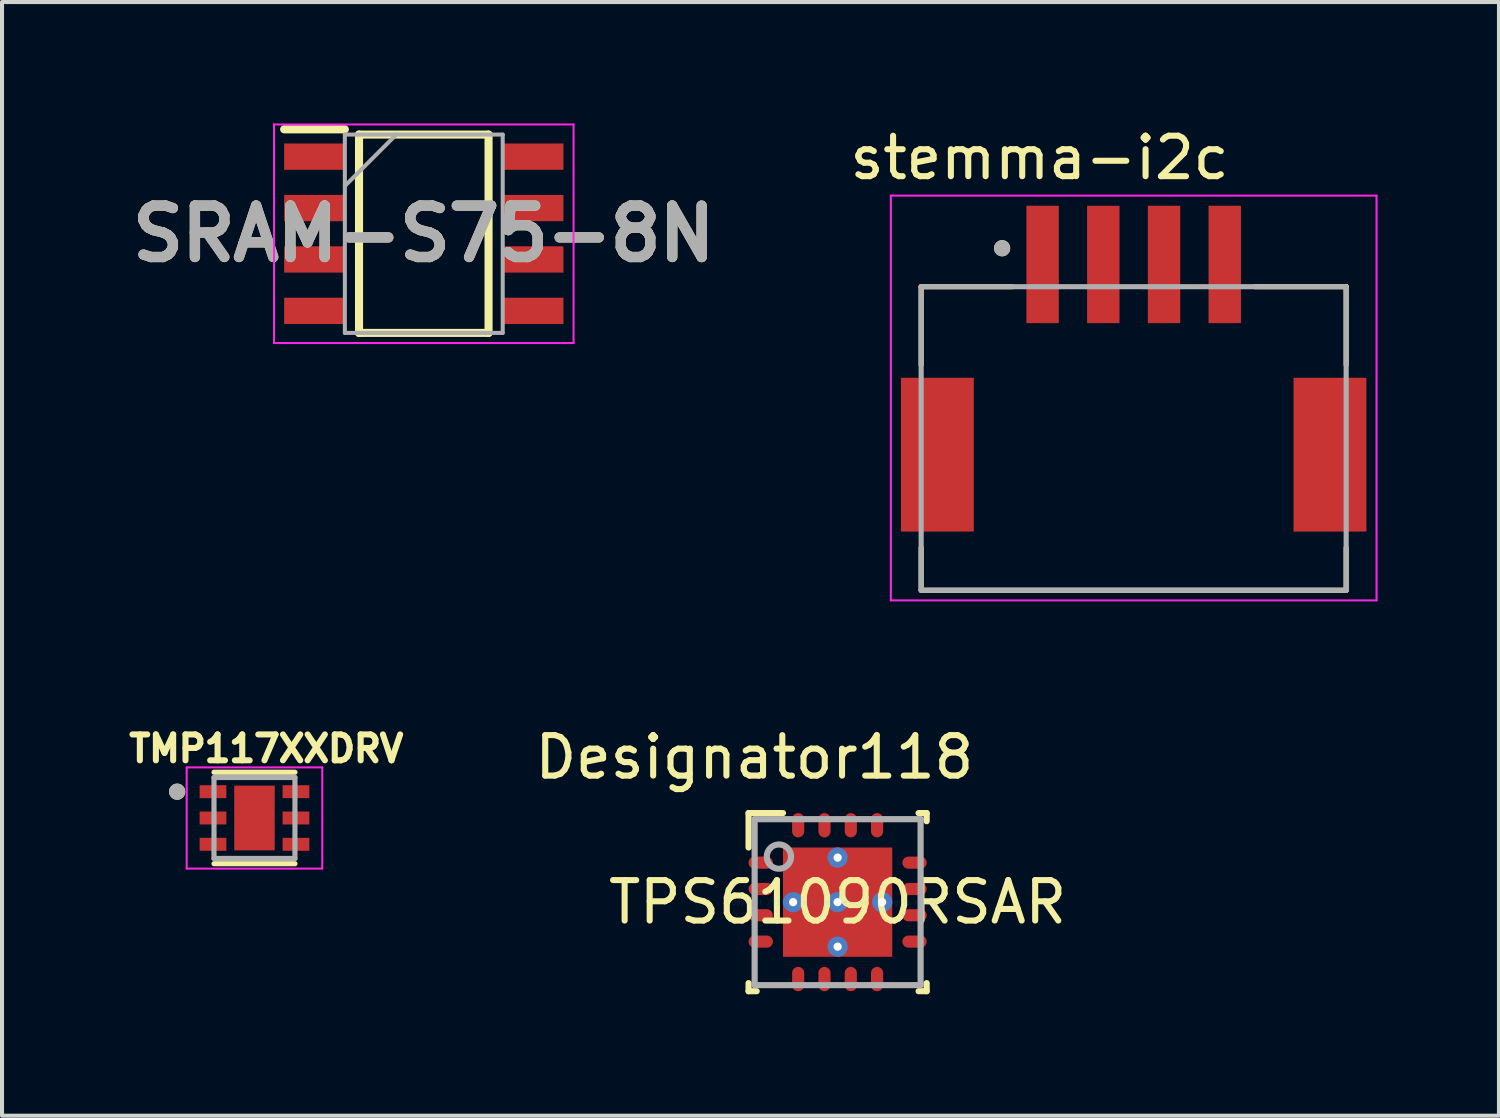
<source format=kicad_pcb>
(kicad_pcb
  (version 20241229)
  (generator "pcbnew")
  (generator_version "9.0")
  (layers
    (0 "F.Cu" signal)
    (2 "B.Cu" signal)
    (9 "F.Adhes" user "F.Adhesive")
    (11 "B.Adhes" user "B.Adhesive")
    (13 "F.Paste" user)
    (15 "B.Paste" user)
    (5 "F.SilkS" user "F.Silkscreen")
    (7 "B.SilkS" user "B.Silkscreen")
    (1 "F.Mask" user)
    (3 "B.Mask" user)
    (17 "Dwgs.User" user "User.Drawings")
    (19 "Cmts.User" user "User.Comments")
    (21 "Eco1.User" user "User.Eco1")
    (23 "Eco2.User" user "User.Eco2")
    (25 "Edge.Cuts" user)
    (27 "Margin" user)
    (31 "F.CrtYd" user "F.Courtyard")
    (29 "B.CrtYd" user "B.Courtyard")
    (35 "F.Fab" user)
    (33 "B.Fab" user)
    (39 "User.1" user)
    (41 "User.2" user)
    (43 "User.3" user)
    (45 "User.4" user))
  (footprint "TMP117XXDRV"
    (layer "F.Cu")
    (at 3.237 17.159)
    (property "Reference" "TMP117XXDRV" (at 0.292 -1.713 0) (layer "F.SilkS") (effects (font (size 0.64 0.64) (thickness 0.15))))
    (attr smd)
    (fp_line (start -1 -1.13) (end 1 -1.13) (stroke (width 0.127) (type solid)) (layer "F.SilkS"))
    (fp_line (start -1 1.13) (end 1 1.13) (stroke (width 0.127) (type solid)) (layer "F.SilkS"))
    (fp_circle (center -1.91 -0.65) (end -1.81 -0.65) (stroke (width 0.2) (type solid)) (fill no) (layer "F.SilkS"))
    (fp_poly (pts (xy -0.316 -0.506) (xy 0.316 -0.506) (xy 0.316 0.506) (xy -0.316 0.506)) (stroke (width 0.01) (type solid)) (fill yes) (layer "F.Paste"))
    (fp_line (start -1.675 -1.25) (end -1.675 1.25) (stroke (width 0.05) (type solid)) (layer "F.CrtYd"))
    (fp_line (start -1.675 -1.25) (end 1.675 -1.25) (stroke (width 0.05) (type solid)) (layer "F.CrtYd"))
    (fp_line (start -1.675 1.25) (end 1.675 1.25) (stroke (width 0.05) (type solid)) (layer "F.CrtYd"))
    (fp_line (start 1.675 -1.25) (end 1.675 1.25) (stroke (width 0.05) (type solid)) (layer "F.CrtYd"))
    (fp_line (start -1 -1) (end -1 1) (stroke (width 0.127) (type solid)) (layer "F.Fab"))
    (fp_line (start -1 -1) (end 1 -1) (stroke (width 0.127) (type solid)) (layer "F.Fab"))
    (fp_line (start -1 1) (end 1 1) (stroke (width 0.127) (type solid)) (layer "F.Fab"))
    (fp_line (start 1 -1) (end 1 1) (stroke (width 0.127) (type solid)) (layer "F.Fab"))
    (fp_circle (center -1.91 -0.65) (end -1.81 -0.65) (stroke (width 0.2) (type solid)) (fill no) (layer "F.Fab"))
    (pad "1" smd rect (at -1.025 -0.65) (size 0.66 0.32) (layers "F.Cu" "F.Mask" "F.Paste"))
    (pad "2" smd rect (at -1.025 0) (size 0.66 0.32) (layers "F.Cu" "F.Mask" "F.Paste"))
    (pad "3" smd rect (at -1.025 0.65) (size 0.66 0.32) (layers "F.Cu" "F.Mask" "F.Paste"))
    (pad "4" smd rect (at 1.025 0.65) (size 0.66 0.32) (layers "F.Cu" "F.Mask" "F.Paste"))
    (pad "5" smd rect (at 1.025 0) (size 0.66 0.32) (layers "F.Cu" "F.Mask" "F.Paste"))
    (pad "6" smd rect (at 1.025 -0.65) (size 0.66 0.32) (layers "F.Cu" "F.Mask" "F.Paste"))
    (pad "7" smd rect (at 0 0 90) (size 1.6 1) (layers "F.Cu" "F.Mask")))
  (footprint "stemma-i2c"
    (layer "F.Cu")
    (at 24.958 3.483)
    (property "Reference" "stemma-i2c" (at -2.325 -2.635 0) (layer "F.SilkS") (effects (font (size 1 1) (thickness 0.15))))
    (attr smd)
    (fp_line (start -5.25 0.55) (end -5.25 2.48) (stroke (width 0.127) (type solid)) (layer "F.SilkS"))
    (fp_line (start -5.25 7) (end -5.25 8.05) (stroke (width 0.127) (type solid)) (layer "F.SilkS"))
    (fp_line (start -5.25 8.05) (end 5.25 8.05) (stroke (width 0.127) (type solid)) (layer "F.SilkS"))
    (fp_line (start -3 0.55) (end -5.25 0.55) (stroke (width 0.127) (type solid)) (layer "F.SilkS"))
    (fp_line (start 3 0.55) (end 5.25 0.55) (stroke (width 0.127) (type solid)) (layer "F.SilkS"))
    (fp_line (start 5.25 0.55) (end 5.25 2.48) (stroke (width 0.127) (type solid)) (layer "F.SilkS"))
    (fp_line (start 5.25 8.05) (end 5.25 7) (stroke (width 0.127) (type solid)) (layer "F.SilkS"))
    (fp_circle (center -3.25 -0.4) (end -3.15 -0.4) (stroke (width 0.2) (type solid)) (fill no) (layer "F.SilkS"))
    (fp_line (start -6 -1.7) (end 6 -1.7) (stroke (width 0.05) (type solid)) (layer "F.CrtYd"))
    (fp_line (start -6 8.3) (end -6 -1.7) (stroke (width 0.05) (type solid)) (layer "F.CrtYd"))
    (fp_line (start 6 -1.7) (end 6 8.3) (stroke (width 0.05) (type solid)) (layer "F.CrtYd"))
    (fp_line (start 6 8.3) (end -6 8.3) (stroke (width 0.05) (type solid)) (layer "F.CrtYd"))
    (fp_line (start -5.25 0.55) (end 5.25 0.55) (stroke (width 0.127) (type solid)) (layer "F.Fab"))
    (fp_line (start -5.25 8.05) (end -5.25 0.55) (stroke (width 0.127) (type solid)) (layer "F.Fab"))
    (fp_line (start 5.25 0.55) (end 5.25 8.05) (stroke (width 0.127) (type solid)) (layer "F.Fab"))
    (fp_line (start 5.25 8.05) (end -5.25 8.05) (stroke (width 0.127) (type solid)) (layer "F.Fab"))
    (fp_circle (center -3.25 -0.4) (end -3.15 -0.4) (stroke (width 0.2) (type solid)) (fill no) (layer "F.Fab"))
    (pad "1" smd rect (at -2.25 0) (size 0.8 2.9) (layers "F.Cu" "F.Mask" "F.Paste"))
    (pad "2" smd rect (at -0.75 0) (size 0.8 2.9) (layers "F.Cu" "F.Mask" "F.Paste"))
    (pad "3" smd rect (at 0.75 0) (size 0.8 2.9) (layers "F.Cu" "F.Mask" "F.Paste"))
    (pad "4" smd rect (at 2.25 0) (size 0.8 2.9) (layers "F.Cu" "F.Mask" "F.Paste"))
    (pad "S1" smd rect (at -4.85 4.7) (size 1.8 3.8) (layers "F.Cu" "F.Mask" "F.Paste"))
    (pad "S2" smd rect (at 4.85 4.7) (size 1.8 3.8) (layers "F.Cu" "F.Mask" "F.Paste")))
  (footprint "SRAM-S75-8N"
    (layer "F.Cu")
    (at 7.42 2.725)
    (property "Reference" "SRAM-S75-8N" (at 0 0 0) (layer "F.SilkS") (effects (font (size 1.27 1.27) (thickness 0.254))))
    (attr smd)
    (fp_line (start -3.45 -2.58) (end -1.95 -2.58) (stroke (width 0.2) (type solid)) (layer "F.SilkS"))
    (fp_line (start -1.6 -2.45) (end 1.6 -2.45) (stroke (width 0.2) (type solid)) (layer "F.SilkS"))
    (fp_line (start -1.6 2.45) (end -1.6 -2.45) (stroke (width 0.2) (type solid)) (layer "F.SilkS"))
    (fp_line (start 1.6 -2.45) (end 1.6 2.45) (stroke (width 0.2) (type solid)) (layer "F.SilkS"))
    (fp_line (start 1.6 2.45) (end -1.6 2.45) (stroke (width 0.2) (type solid)) (layer "F.SilkS"))
    (fp_line (start -3.7 -2.7) (end 3.7 -2.7) (stroke (width 0.05) (type solid)) (layer "F.CrtYd"))
    (fp_line (start -3.7 2.7) (end -3.7 -2.7) (stroke (width 0.05) (type solid)) (layer "F.CrtYd"))
    (fp_line (start 3.7 -2.7) (end 3.7 2.7) (stroke (width 0.05) (type solid)) (layer "F.CrtYd"))
    (fp_line (start 3.7 2.7) (end -3.7 2.7) (stroke (width 0.05) (type solid)) (layer "F.CrtYd"))
    (fp_line (start -1.95 -2.45) (end 1.95 -2.45) (stroke (width 0.1) (type solid)) (layer "F.Fab"))
    (fp_line (start -1.95 -1.18) (end -0.68 -2.45) (stroke (width 0.1) (type solid)) (layer "F.Fab"))
    (fp_line (start -1.95 2.45) (end -1.95 -2.45) (stroke (width 0.1) (type solid)) (layer "F.Fab"))
    (fp_line (start 1.95 -2.45) (end 1.95 2.45) (stroke (width 0.1) (type solid)) (layer "F.Fab"))
    (fp_line (start 1.95 2.45) (end -1.95 2.45) (stroke (width 0.1) (type solid)) (layer "F.Fab"))
    (fp_text user "${REFERENCE}" (at 0 0 0) (layer "F.Fab") (effects (font (size 1.27 1.27) (thickness 0.254))))
    (pad "1" smd rect (at -2.7 -1.905 90) (size 0.65 1.5) (layers "F.Cu" "F.Mask" "F.Paste"))
    (pad "2" smd rect (at -2.7 -0.635 90) (size 0.65 1.5) (layers "F.Cu" "F.Mask" "F.Paste"))
    (pad "3" smd rect (at -2.7 0.635 90) (size 0.65 1.5) (layers "F.Cu" "F.Mask" "F.Paste"))
    (pad "4" smd rect (at -2.7 1.905 90) (size 0.65 1.5) (layers "F.Cu" "F.Mask" "F.Paste"))
    (pad "5" smd rect (at 2.7 1.905 90) (size 0.65 1.5) (layers "F.Cu" "F.Mask" "F.Paste"))
    (pad "6" smd rect (at 2.7 0.635 90) (size 0.65 1.5) (layers "F.Cu" "F.Mask" "F.Paste"))
    (pad "7" smd rect (at 2.7 -0.635 90) (size 0.65 1.5) (layers "F.Cu" "F.Mask" "F.Paste"))
    (pad "8" smd rect (at 2.7 -1.905 90) (size 0.65 1.5) (layers "F.Cu" "F.Mask" "F.Paste")))
  (footprint "TPS61090RSAR"
    (layer "F.Cu")
    (at 17.644 19.238)
    (property "Reference" "TPS61090RSAR" (at 0 0 0) (layer "F.SilkS") (effects (font (size 1 1) (thickness 0.15))))
    (attr through_hole)
    (fp_line (start -2.2 -2.2) (end -1.35 -2.2) (stroke (width 0.152) (type solid)) (layer "F.SilkS"))
    (fp_line (start -2.2 -1.35) (end -2.2 -2.2) (stroke (width 0.152) (type solid)) (layer "F.SilkS"))
    (fp_line (start -2.2 2.2) (end -2.2 2) (stroke (width 0.152) (type solid)) (layer "F.SilkS"))
    (fp_line (start -2.2 2.2) (end -2 2.2) (stroke (width 0.152) (type solid)) (layer "F.SilkS"))
    (fp_line (start 2 -2.2) (end 2.2 -2.2) (stroke (width 0.152) (type solid)) (layer "F.SilkS"))
    (fp_line (start 2 2.2) (end 2.2 2.2) (stroke (width 0.152) (type solid)) (layer "F.SilkS"))
    (fp_line (start 2.2 -2) (end 2.2 -2.2) (stroke (width 0.152) (type solid)) (layer "F.SilkS"))
    (fp_line (start 2.2 2.2) (end 2.2 2) (stroke (width 0.152) (type solid)) (layer "F.SilkS"))
    (fp_line (start -2.05 -2.05) (end 2.05 -2.05) (stroke (width 0.152) (type solid)) (layer "F.Fab"))
    (fp_line (start -2.05 2.05) (end -2.05 -2.05) (stroke (width 0.152) (type solid)) (layer "F.Fab"))
    (fp_line (start -2.05 2.05) (end 2.05 2.05) (stroke (width 0.152) (type solid)) (layer "F.Fab"))
    (fp_line (start 2.05 2.05) (end 2.05 -2.05) (stroke (width 0.152) (type solid)) (layer "F.Fab"))
    (fp_circle (center -1.45 -1.125) (end -1.15 -1.125) (stroke (width 0.152) (type solid)) (fill no) (layer "F.Fab"))
    (fp_text user "Designator118" (at -2.057 -3.581 0) (layer "F.SilkS") (effects (font (size 1 1) (thickness 0.15))))
    (fp_text user "Copyright 2016 Accelerated Designs. All rights reserved." (at 0 0 0) (layer "Cmts.User") (effects (font (size 0.127 0.127) (thickness 0.002))))
    (pad "1" smd oval (at -1.9 -0.975 90) (size 0.3 0.6) (layers "F.Cu" "F.Mask" "F.Paste"))
    (pad "2" smd oval (at -1.9 -0.325 90) (size 0.3 0.6) (layers "F.Cu" "F.Mask" "F.Paste"))
    (pad "3" smd oval (at -1.9 0.325 90) (size 0.3 0.6) (layers "F.Cu" "F.Mask" "F.Paste"))
    (pad "4" smd oval (at -1.9 0.975 90) (size 0.3 0.6) (layers "F.Cu" "F.Mask" "F.Paste"))
    (pad "5" smd oval (at -0.975 1.9) (size 0.3 0.6) (layers "F.Cu" "F.Mask" "F.Paste"))
    (pad "6" smd oval (at -0.325 1.9) (size 0.3 0.6) (layers "F.Cu" "F.Mask" "F.Paste"))
    (pad "7" smd oval (at 0.325 1.9) (size 0.3 0.6) (layers "F.Cu" "F.Mask" "F.Paste"))
    (pad "8" smd oval (at 0.975 1.9) (size 0.3 0.6) (layers "F.Cu" "F.Mask" "F.Paste"))
    (pad "9" smd oval (at 1.9 0.975 90) (size 0.3 0.6) (layers "F.Cu" "F.Mask" "F.Paste"))
    (pad "10" smd oval (at 1.9 0.325 90) (size 0.3 0.6) (layers "F.Cu" "F.Mask" "F.Paste"))
    (pad "11" smd oval (at 1.9 -0.325 90) (size 0.3 0.6) (layers "F.Cu" "F.Mask" "F.Paste"))
    (pad "12" smd oval (at 1.9 -0.975 90) (size 0.3 0.6) (layers "F.Cu" "F.Mask" "F.Paste"))
    (pad "13" smd oval (at 0.975 -1.9) (size 0.3 0.6) (layers "F.Cu" "F.Mask" "F.Paste"))
    (pad "14" smd oval (at 0.325 -1.9) (size 0.3 0.6) (layers "F.Cu" "F.Mask" "F.Paste"))
    (pad "15" smd oval (at -0.325 -1.9) (size 0.3 0.6) (layers "F.Cu" "F.Mask" "F.Paste"))
    (pad "16" smd oval (at -0.975 -1.9) (size 0.3 0.6) (layers "F.Cu" "F.Mask" "F.Paste"))
    (pad "17" smd rect (at 0 0) (size 2.7 2.7) (layers "F.Cu" "F.Mask" "F.Paste"))
    (pad "V" thru_hole circle (at -1.1 0) (size 0.5 0.5) (drill 0.203) (layers "*.Cu" "*.Mask"))
    (pad "V" thru_hole circle (at 0 -1.1) (size 0.5 0.5) (drill 0.203) (layers "*.Cu" "*.Mask"))
    (pad "V" thru_hole circle (at 0 0) (size 0.5 0.5) (drill 0.203) (layers "*.Cu" "*.Mask"))
    (pad "V" thru_hole circle (at 0 1.1) (size 0.5 0.5) (drill 0.203) (layers "*.Cu" "*.Mask"))
    (pad "V" thru_hole circle (at 1.1 0) (size 0.5 0.5) (drill 0.203) (layers "*.Cu" "*.Mask")))
  (gr_rect
    (start -3 -3)
    (end 33.983 24.514)
    (stroke (width 0.1) (type default))
    (fill no)
    (layer "Edge.Cuts")))
</source>
